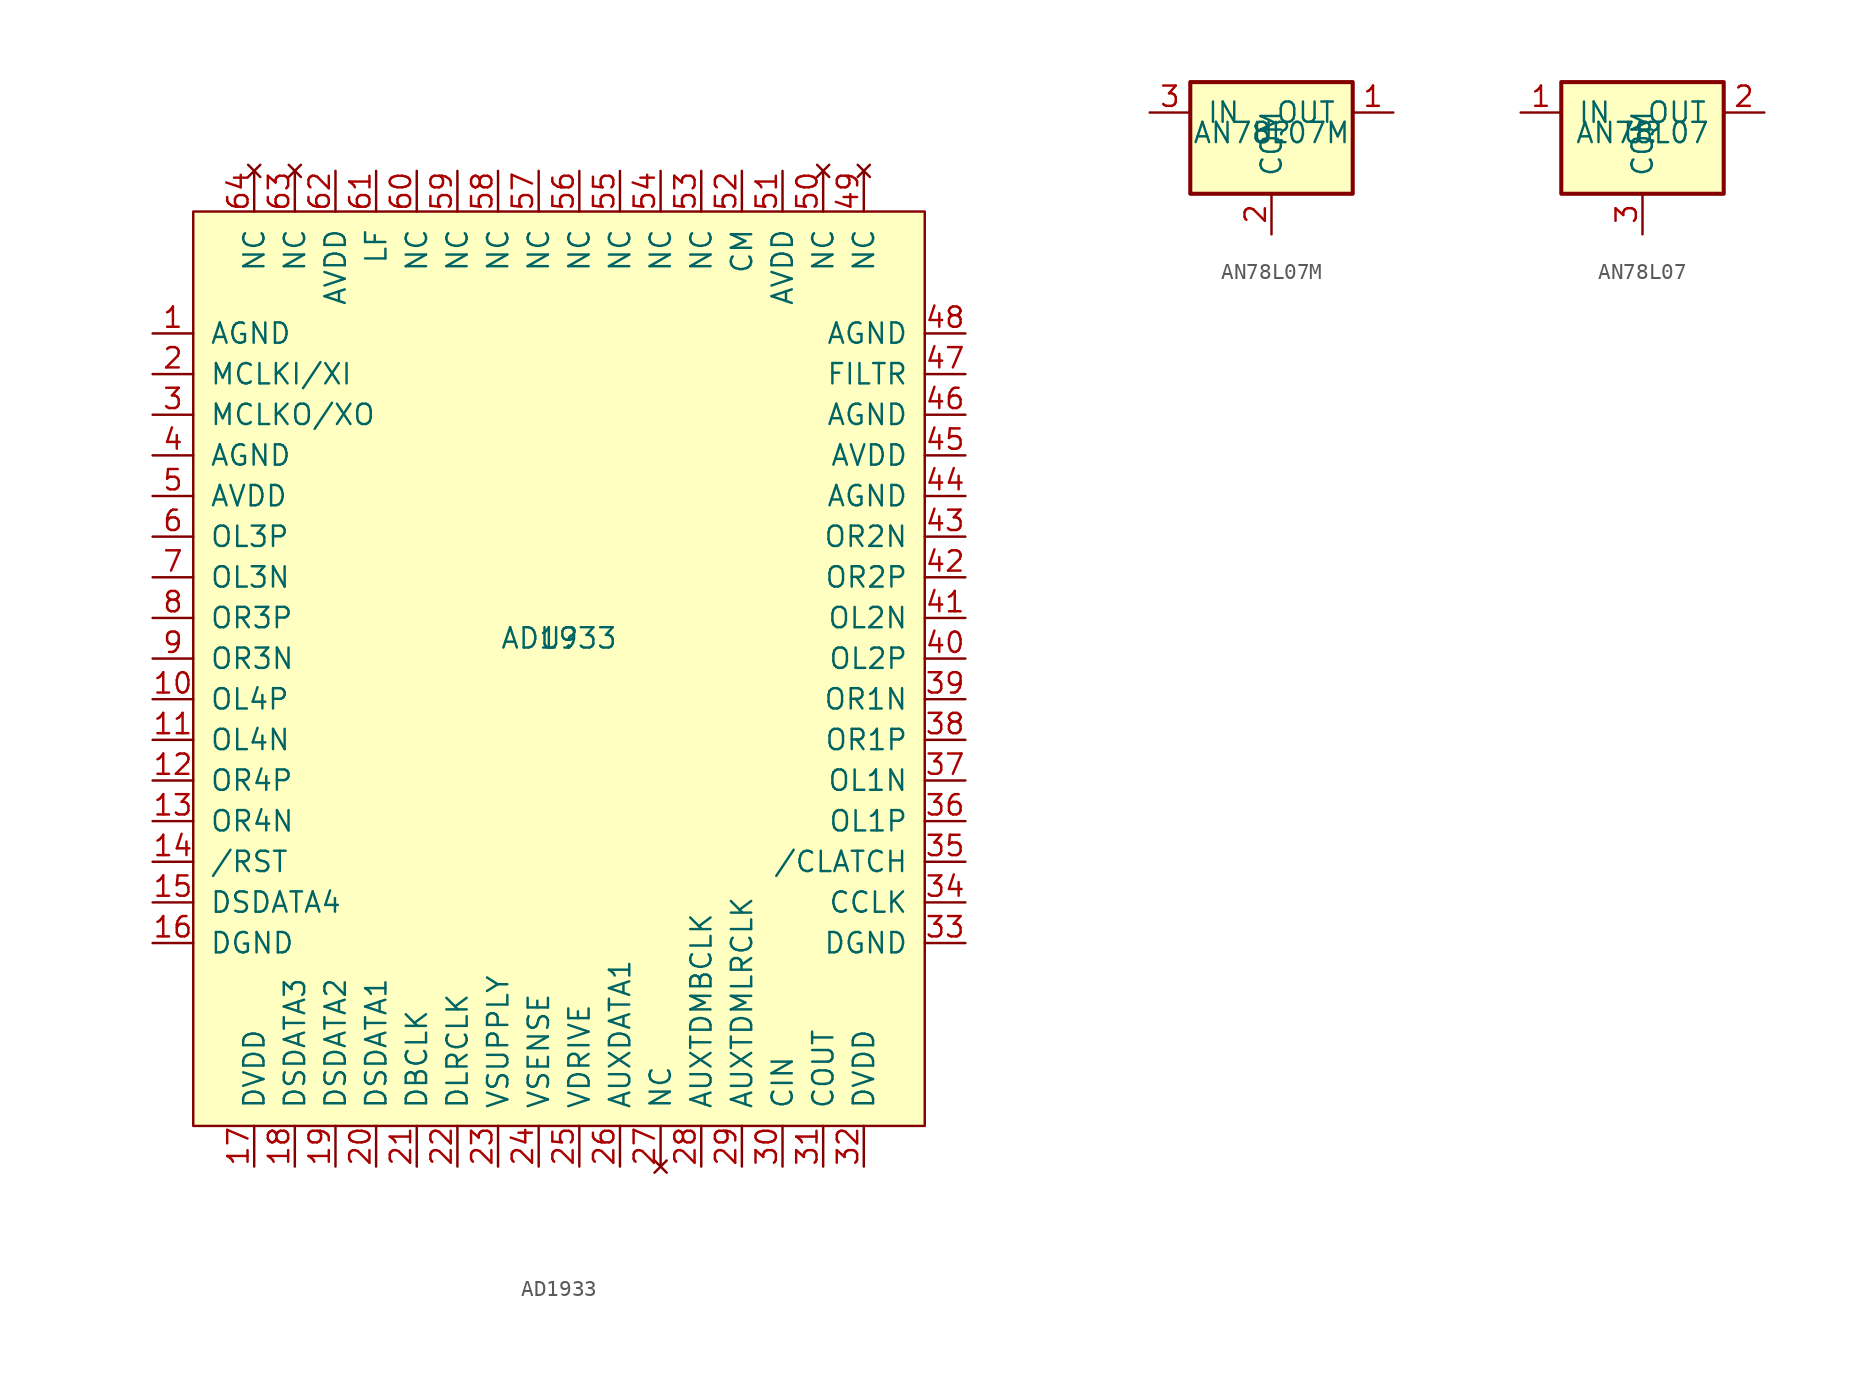
<source format=kicad_sym>
(kicad_symbol_lib
  (version 20220914)
  (generator kicad_symbol_editor)
  (symbol "AD1933"
    (pin_names
      (offset 1.016))
    (property "Reference" "U"
      (at 0 0 0)
      (effects (font (size 1.27 1.27))))
    (property "Value" "AD1933"
      (at 0 0 0)
      (effects (font (size 1.27 1.27))))
    (symbol "AD1933_0_1"
      (rectangle (start 22.86 -30.48) (end -22.86 26.67) (stroke (width 0) (type solid)) (fill (type background))))
    (symbol "AD1933_1_1"
      (pin power_in line (at -25.4 19.05 0) (length 2.54) (name "AGND" (effects (font (size 1.27 1.27)))) (number "1" (effects (font (size 1.27 1.27)))))
      (pin bidirectional line (at -25.4 -3.81 0) (length 2.54) (name "OL4P" (effects (font (size 1.27 1.27)))) (number "10" (effects (font (size 1.27 1.27)))))
      (pin bidirectional line (at -25.4 -6.35 0) (length 2.54) (name "OL4N" (effects (font (size 1.27 1.27)))) (number "11" (effects (font (size 1.27 1.27)))))
      (pin bidirectional line (at -25.4 -8.89 0) (length 2.54) (name "OR4P" (effects (font (size 1.27 1.27)))) (number "12" (effects (font (size 1.27 1.27)))))
      (pin bidirectional line (at -25.4 -11.43 0) (length 2.54) (name "OR4N" (effects (font (size 1.27 1.27)))) (number "13" (effects (font (size 1.27 1.27)))))
      (pin bidirectional line (at -25.4 -13.97 0) (length 2.54) (name "/RST" (effects (font (size 1.27 1.27)))) (number "14" (effects (font (size 1.27 1.27)))))
      (pin bidirectional line (at -25.4 -16.51 0) (length 2.54) (name "DSDATA4" (effects (font (size 1.27 1.27)))) (number "15" (effects (font (size 1.27 1.27)))))
      (pin power_in line (at -25.4 -19.05 0) (length 2.54) (name "DGND" (effects (font (size 1.27 1.27)))) (number "16" (effects (font (size 1.27 1.27)))))
      (pin power_in line (at -19.05 -33.02 90) (length 2.54) (name "DVDD" (effects (font (size 1.27 1.27)))) (number "17" (effects (font (size 1.27 1.27)))))
      (pin bidirectional line (at -16.51 -33.02 90) (length 2.54) (name "DSDATA3" (effects (font (size 1.27 1.27)))) (number "18" (effects (font (size 1.27 1.27)))))
      (pin bidirectional line (at -13.97 -33.02 90) (length 2.54) (name "DSDATA2" (effects (font (size 1.27 1.27)))) (number "19" (effects (font (size 1.27 1.27)))))
      (pin bidirectional line (at -25.4 16.51 0) (length 2.54) (name "MCLKI/XI" (effects (font (size 1.27 1.27)))) (number "2" (effects (font (size 1.27 1.27)))))
      (pin bidirectional line (at -11.43 -33.02 90) (length 2.54) (name "DSDATA1" (effects (font (size 1.27 1.27)))) (number "20" (effects (font (size 1.27 1.27)))))
      (pin bidirectional line (at -8.89 -33.02 90) (length 2.54) (name "DBCLK" (effects (font (size 1.27 1.27)))) (number "21" (effects (font (size 1.27 1.27)))))
      (pin bidirectional line (at -6.35 -33.02 90) (length 2.54) (name "DLRCLK" (effects (font (size 1.27 1.27)))) (number "22" (effects (font (size 1.27 1.27)))))
      (pin bidirectional line (at -3.81 -33.02 90) (length 2.54) (name "VSUPPLY" (effects (font (size 1.27 1.27)))) (number "23" (effects (font (size 1.27 1.27)))))
      (pin bidirectional line (at -1.27 -33.02 90) (length 2.54) (name "VSENSE" (effects (font (size 1.27 1.27)))) (number "24" (effects (font (size 1.27 1.27)))))
      (pin bidirectional line (at 1.27 -33.02 90) (length 2.54) (name "VDRIVE" (effects (font (size 1.27 1.27)))) (number "25" (effects (font (size 1.27 1.27)))))
      (pin bidirectional line (at 3.81 -33.02 90) (length 2.54) (name "AUXDATA1" (effects (font (size 1.27 1.27)))) (number "26" (effects (font (size 1.27 1.27)))))
      (pin no_connect line (at 6.35 -33.02 90) (length 2.54) (name "NC" (effects (font (size 1.27 1.27)))) (number "27" (effects (font (size 1.27 1.27)))))
      (pin bidirectional line (at 8.89 -33.02 90) (length 2.54) (name "AUXTDMBCLK" (effects (font (size 1.27 1.27)))) (number "28" (effects (font (size 1.27 1.27)))))
      (pin bidirectional line (at 11.43 -33.02 90) (length 2.54) (name "AUXTDMLRCLK" (effects (font (size 1.27 1.27)))) (number "29" (effects (font (size 1.27 1.27)))))
      (pin bidirectional line (at -25.4 13.97 0) (length 2.54) (name "MCLKO/XO" (effects (font (size 1.27 1.27)))) (number "3" (effects (font (size 1.27 1.27)))))
      (pin bidirectional line (at 13.97 -33.02 90) (length 2.54) (name "CIN" (effects (font (size 1.27 1.27)))) (number "30" (effects (font (size 1.27 1.27)))))
      (pin bidirectional line (at 16.51 -33.02 90) (length 2.54) (name "COUT" (effects (font (size 1.27 1.27)))) (number "31" (effects (font (size 1.27 1.27)))))
      (pin power_in line (at 19.05 -33.02 90) (length 2.54) (name "DVDD" (effects (font (size 1.27 1.27)))) (number "32" (effects (font (size 1.27 1.27)))))
      (pin power_in line (at 25.4 -19.05 180) (length 2.54) (name "DGND" (effects (font (size 1.27 1.27)))) (number "33" (effects (font (size 1.27 1.27)))))
      (pin bidirectional line (at 25.4 -16.51 180) (length 2.54) (name "CCLK" (effects (font (size 1.27 1.27)))) (number "34" (effects (font (size 1.27 1.27)))))
      (pin bidirectional line (at 25.4 -13.97 180) (length 2.54) (name "/CLATCH" (effects (font (size 1.27 1.27)))) (number "35" (effects (font (size 1.27 1.27)))))
      (pin bidirectional line (at 25.4 -11.43 180) (length 2.54) (name "OL1P" (effects (font (size 1.27 1.27)))) (number "36" (effects (font (size 1.27 1.27)))))
      (pin bidirectional line (at 25.4 -8.89 180) (length 2.54) (name "OL1N" (effects (font (size 1.27 1.27)))) (number "37" (effects (font (size 1.27 1.27)))))
      (pin bidirectional line (at 25.4 -6.35 180) (length 2.54) (name "OR1P" (effects (font (size 1.27 1.27)))) (number "38" (effects (font (size 1.27 1.27)))))
      (pin bidirectional line (at 25.4 -3.81 180) (length 2.54) (name "OR1N" (effects (font (size 1.27 1.27)))) (number "39" (effects (font (size 1.27 1.27)))))
      (pin power_in line (at -25.4 11.43 0) (length 2.54) (name "AGND" (effects (font (size 1.27 1.27)))) (number "4" (effects (font (size 1.27 1.27)))))
      (pin bidirectional line (at 25.4 -1.27 180) (length 2.54) (name "OL2P" (effects (font (size 1.27 1.27)))) (number "40" (effects (font (size 1.27 1.27)))))
      (pin bidirectional line (at 25.4 1.27 180) (length 2.54) (name "OL2N" (effects (font (size 1.27 1.27)))) (number "41" (effects (font (size 1.27 1.27)))))
      (pin bidirectional line (at 25.4 3.81 180) (length 2.54) (name "OR2P" (effects (font (size 1.27 1.27)))) (number "42" (effects (font (size 1.27 1.27)))))
      (pin bidirectional line (at 25.4 6.35 180) (length 2.54) (name "OR2N" (effects (font (size 1.27 1.27)))) (number "43" (effects (font (size 1.27 1.27)))))
      (pin power_in line (at 25.4 8.89 180) (length 2.54) (name "AGND" (effects (font (size 1.27 1.27)))) (number "44" (effects (font (size 1.27 1.27)))))
      (pin power_in line (at 25.4 11.43 180) (length 2.54) (name "AVDD" (effects (font (size 1.27 1.27)))) (number "45" (effects (font (size 1.27 1.27)))))
      (pin power_in line (at 25.4 13.97 180) (length 2.54) (name "AGND" (effects (font (size 1.27 1.27)))) (number "46" (effects (font (size 1.27 1.27)))))
      (pin bidirectional line (at 25.4 16.51 180) (length 2.54) (name "FILTR" (effects (font (size 1.27 1.27)))) (number "47" (effects (font (size 1.27 1.27)))))
      (pin power_in line (at 25.4 19.05 180) (length 2.54) (name "AGND" (effects (font (size 1.27 1.27)))) (number "48" (effects (font (size 1.27 1.27)))))
      (pin no_connect line (at 19.05 29.21 270) (length 2.54) (name "NC" (effects (font (size 1.27 1.27)))) (number "49" (effects (font (size 1.27 1.27)))))
      (pin power_in line (at -25.4 8.89 0) (length 2.54) (name "AVDD" (effects (font (size 1.27 1.27)))) (number "5" (effects (font (size 1.27 1.27)))))
      (pin no_connect line (at 16.51 29.21 270) (length 2.54) (name "NC" (effects (font (size 1.27 1.27)))) (number "50" (effects (font (size 1.27 1.27)))))
      (pin power_in line (at 13.97 29.21 270) (length 2.54) (name "AVDD" (effects (font (size 1.27 1.27)))) (number "51" (effects (font (size 1.27 1.27)))))
      (pin bidirectional line (at 11.43 29.21 270) (length 2.54) (name "CM" (effects (font (size 1.27 1.27)))) (number "52" (effects (font (size 1.27 1.27)))))
      (pin bidirectional line (at 8.89 29.21 270) (length 2.54) (name "NC" (effects (font (size 1.27 1.27)))) (number "53" (effects (font (size 1.27 1.27)))))
      (pin bidirectional line (at 6.35 29.21 270) (length 2.54) (name "NC" (effects (font (size 1.27 1.27)))) (number "54" (effects (font (size 1.27 1.27)))))
      (pin bidirectional line (at 3.81 29.21 270) (length 2.54) (name "NC" (effects (font (size 1.27 1.27)))) (number "55" (effects (font (size 1.27 1.27)))))
      (pin bidirectional line (at 1.27 29.21 270) (length 2.54) (name "NC" (effects (font (size 1.27 1.27)))) (number "56" (effects (font (size 1.27 1.27)))))
      (pin bidirectional line (at -1.27 29.21 270) (length 2.54) (name "NC" (effects (font (size 1.27 1.27)))) (number "57" (effects (font (size 1.27 1.27)))))
      (pin bidirectional line (at -3.81 29.21 270) (length 2.54) (name "NC" (effects (font (size 1.27 1.27)))) (number "58" (effects (font (size 1.27 1.27)))))
      (pin bidirectional line (at -6.35 29.21 270) (length 2.54) (name "NC" (effects (font (size 1.27 1.27)))) (number "59" (effects (font (size 1.27 1.27)))))
      (pin bidirectional line (at -25.4 6.35 0) (length 2.54) (name "OL3P" (effects (font (size 1.27 1.27)))) (number "6" (effects (font (size 1.27 1.27)))))
      (pin bidirectional line (at -8.89 29.21 270) (length 2.54) (name "NC" (effects (font (size 1.27 1.27)))) (number "60" (effects (font (size 1.27 1.27)))))
      (pin bidirectional line (at -11.43 29.21 270) (length 2.54) (name "LF" (effects (font (size 1.27 1.27)))) (number "61" (effects (font (size 1.27 1.27)))))
      (pin power_in line (at -13.97 29.21 270) (length 2.54) (name "AVDD" (effects (font (size 1.27 1.27)))) (number "62" (effects (font (size 1.27 1.27)))))
      (pin no_connect line (at -16.51 29.21 270) (length 2.54) (name "NC" (effects (font (size 1.27 1.27)))) (number "63" (effects (font (size 1.27 1.27)))))
      (pin no_connect line (at -19.05 29.21 270) (length 2.54) (name "NC" (effects (font (size 1.27 1.27)))) (number "64" (effects (font (size 1.27 1.27)))))
      (pin bidirectional line (at -25.4 3.81 0) (length 2.54) (name "OL3N" (effects (font (size 1.27 1.27)))) (number "7" (effects (font (size 1.27 1.27)))))
      (pin bidirectional line (at -25.4 1.27 0) (length 2.54) (name "OR3P" (effects (font (size 1.27 1.27)))) (number "8" (effects (font (size 1.27 1.27)))))
      (pin bidirectional line (at -25.4 -1.27 0) (length 2.54) (name "OR3N" (effects (font (size 1.27 1.27)))) (number "9" (effects (font (size 1.27 1.27)))))))
  (symbol "AN78L07M"
    (pin_names
      (offset 1.016))
    (property "Reference" "U"
      (at 0 0 0)
      (effects (font (size 1.27 1.27))))
    (property "Value" "AN78L07M"
      (at 0 0 0)
      (effects (font (size 1.27 1.27))))
    (symbol "AN78L07M_1_1"
      (rectangle (start -5.08 3.175) (end 5.08 -3.81) (stroke (width 0.254) (type solid)) (fill (type background)))
      (pin power_out line (at 7.62 1.27 180) (length 2.54) (name "OUT" (effects (font (size 1.27 1.27)))) (number "1" (effects (font (size 1.27 1.27)))))
      (pin power_in line (at 0 -6.35 90) (length 2.54) (name "COM" (effects (font (size 1.27 1.27)))) (number "2" (effects (font (size 1.27 1.27)))))
      (pin power_in line (at -7.62 1.27 0) (length 2.54) (name "IN" (effects (font (size 1.27 1.27)))) (number "3" (effects (font (size 1.27 1.27)))))))
  (symbol "AN78L07"
    (pin_names
      (offset 1.016))
    (property "Reference" "U"
      (at 0 0 0)
      (effects (font (size 1.27 1.27))))
    (property "Value" "AN78L07"
      (at 0 0 0)
      (effects (font (size 1.27 1.27))))
    (symbol "AN78L07_1_1"
      (rectangle (start -5.08 3.175) (end 5.08 -3.81) (stroke (width 0.254) (type solid)) (fill (type background)))
      (pin power_in line (at -7.62 1.27 0) (length 2.54) (name "IN" (effects (font (size 1.27 1.27)))) (number "1" (effects (font (size 1.27 1.27)))))
      (pin power_out line (at 7.62 1.27 180) (length 2.54) (name "OUT" (effects (font (size 1.27 1.27)))) (number "2" (effects (font (size 1.27 1.27)))))
      (pin power_in line (at 0 -6.35 90) (length 2.54) (name "COM" (effects (font (size 1.27 1.27)))) (number "3" (effects (font (size 1.27 1.27))))))))
</source>
